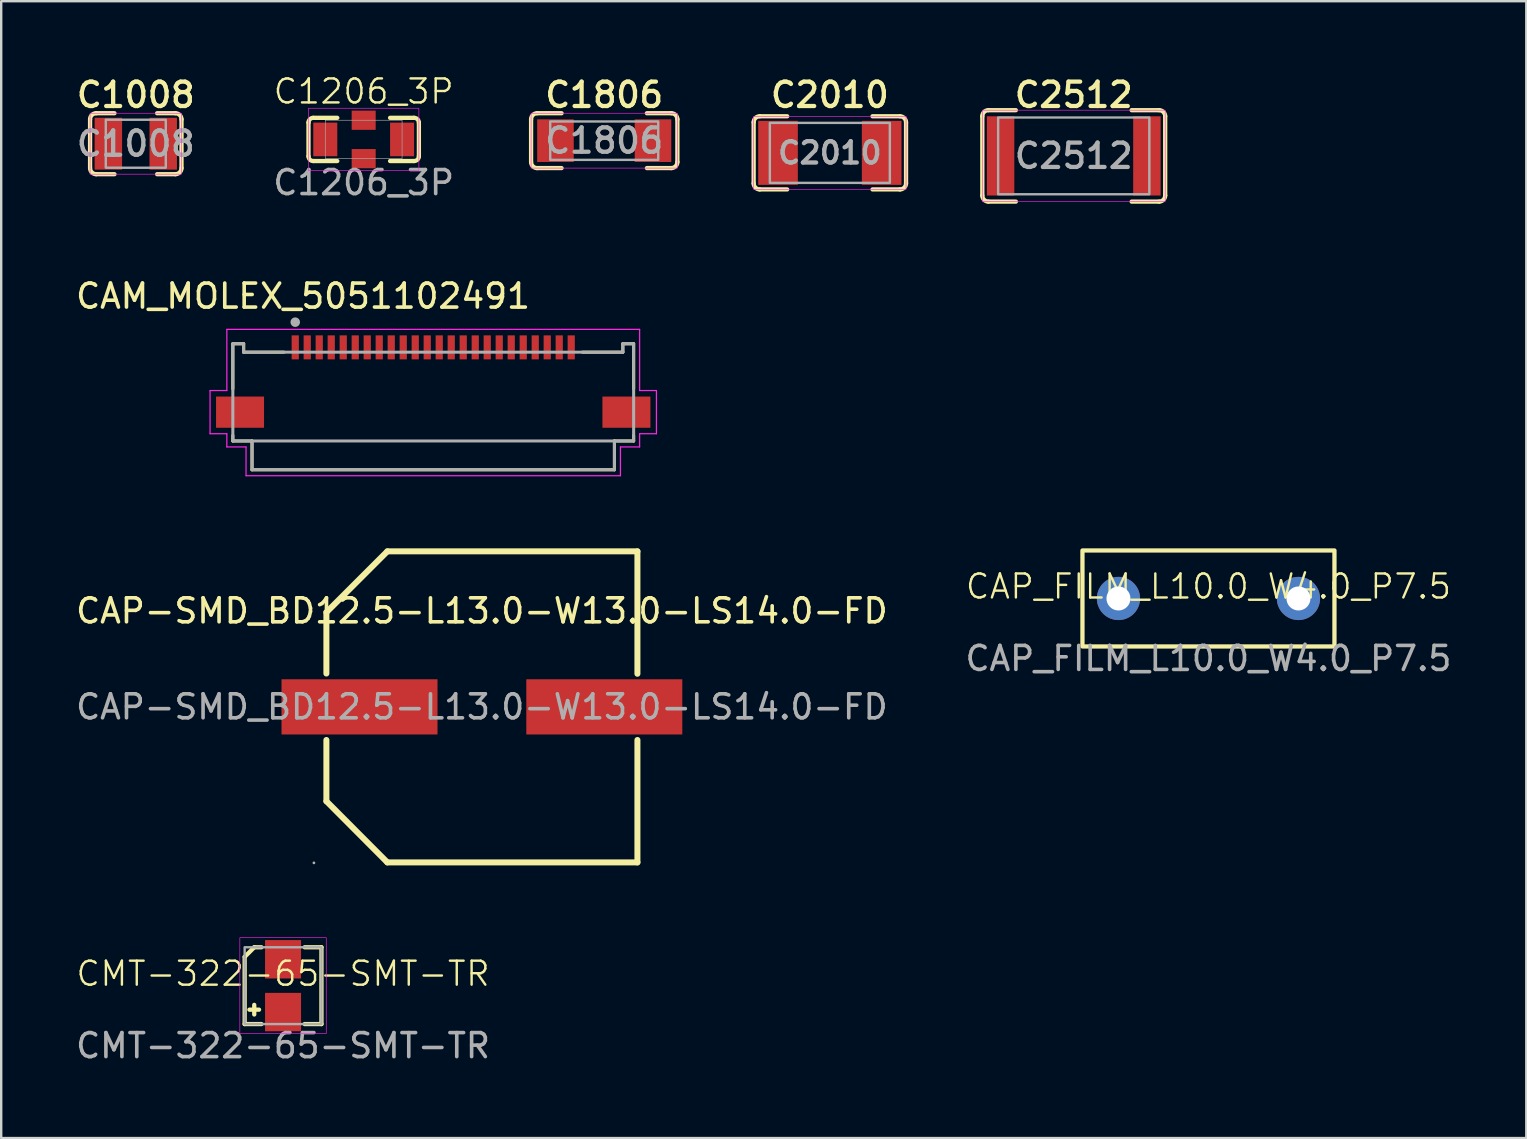
<source format=kicad_pcb>
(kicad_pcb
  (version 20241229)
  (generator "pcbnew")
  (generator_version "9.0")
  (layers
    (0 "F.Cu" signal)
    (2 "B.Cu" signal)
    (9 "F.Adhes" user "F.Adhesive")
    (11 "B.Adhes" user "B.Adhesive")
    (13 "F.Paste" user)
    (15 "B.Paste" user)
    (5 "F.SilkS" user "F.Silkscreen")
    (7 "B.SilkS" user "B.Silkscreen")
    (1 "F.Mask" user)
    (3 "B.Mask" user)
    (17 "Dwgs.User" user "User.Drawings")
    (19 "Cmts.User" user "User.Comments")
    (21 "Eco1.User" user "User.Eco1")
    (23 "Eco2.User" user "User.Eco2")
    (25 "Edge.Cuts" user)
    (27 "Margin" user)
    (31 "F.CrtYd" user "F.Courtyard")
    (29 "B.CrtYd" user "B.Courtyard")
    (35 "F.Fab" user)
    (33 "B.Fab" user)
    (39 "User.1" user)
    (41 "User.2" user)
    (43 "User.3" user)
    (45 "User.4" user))
  (footprint "C2010"
    (layer "F.Cu")
    (at 31.528 3.319)
    (property "Reference" "C2010" (at 0 -2.413 0) (unlocked yes) (layer "F.SilkS") (effects (font (size 1.016 1.016) (thickness 0.178))))
    (attr smd)
    (fp_line (start -3.175 1.27) (end -3.175 -1.27) (stroke (width 0.178) (type solid)) (layer "F.SilkS"))
    (fp_line (start -2.921 -1.524) (end -1.778 -1.524) (stroke (width 0.178) (type solid)) (layer "F.SilkS"))
    (fp_line (start -2.921 1.524) (end -1.778 1.524) (stroke (width 0.178) (type solid)) (layer "F.SilkS"))
    (fp_line (start 1.778 -1.524) (end 2.921 -1.524) (stroke (width 0.178) (type solid)) (layer "F.SilkS"))
    (fp_line (start 1.778 1.524) (end 2.921 1.524) (stroke (width 0.178) (type solid)) (layer "F.SilkS"))
    (fp_line (start 3.175 1.27) (end 3.175 -1.27) (stroke (width 0.178) (type solid)) (layer "F.SilkS"))
    (fp_arc (start -3.175 -1.27) (mid -3.100605 -1.449605) (end -2.921 -1.524) (stroke (width 0.1778) (type solid)) (layer "F.SilkS"))
    (fp_arc (start -2.921 1.524) (mid -3.100605 1.449605) (end -3.175 1.27) (stroke (width 0.1778) (type solid)) (layer "F.SilkS"))
    (fp_arc (start 2.921 -1.524) (mid 3.100605 -1.449605) (end 3.175 -1.27) (stroke (width 0.1778) (type solid)) (layer "F.SilkS"))
    (fp_arc (start 3.175 1.27) (mid 3.100605 1.449605) (end 2.921 1.524) (stroke (width 0.1778) (type solid)) (layer "F.SilkS"))
    (fp_rect (start -3.175 -1.524) (end 3.175 1.524) (stroke (width 0.025) (type solid)) (fill no) (layer "F.CrtYd"))
    (fp_rect (start -2.5 -1.25) (end 2.5 1.25) (stroke (width 0.1) (type solid)) (fill no) (layer "F.Fab"))
    (fp_text user "${REFERENCE}" (at 0 0 0) (unlocked yes) (layer "F.Fab") (effects (font (size 0.889 0.889) (thickness 0.178) (bold yes))))
    (pad "1" smd rect (at -2.159 0) (size 1.651 2.667) (layers "F.Cu" "F.Mask" "F.Paste"))
    (pad "2" smd rect (at 2.159 0) (size 1.651 2.667) (layers "F.Cu" "F.Mask" "F.Paste")))
  (footprint "CAM_MOLEX_5051102491"
    (layer "F.Cu")
    (at 15.002 14.124)
    (property "Reference" "CAM_MOLEX_5051102491" (at -5.425 -4.835 0) (layer "F.SilkS") (effects (font (size 1 1) (thickness 0.15))))
    (attr smd)
    (fp_line (start -8.35 -2.85) (end -8.35 -0.97) (stroke (width 0.127) (type solid)) (layer "F.SilkS"))
    (fp_line (start -8.35 0.97) (end -8.35 1.2) (stroke (width 0.127) (type solid)) (layer "F.SilkS"))
    (fp_line (start -8.35 1.2) (end -7.55 1.2) (stroke (width 0.127) (type solid)) (layer "F.SilkS"))
    (fp_line (start -7.9 -2.85) (end -8.35 -2.85) (stroke (width 0.127) (type solid)) (layer "F.SilkS"))
    (fp_line (start -7.9 -2.5) (end -7.9 -2.85) (stroke (width 0.127) (type solid)) (layer "F.SilkS"))
    (fp_line (start -7.9 -2.5) (end -6.22 -2.5) (stroke (width 0.127) (type solid)) (layer "F.SilkS"))
    (fp_line (start -7.55 1.2) (end -7.55 2.4) (stroke (width 0.127) (type solid)) (layer "F.SilkS"))
    (fp_line (start -7.55 2.4) (end 7.55 2.4) (stroke (width 0.127) (type solid)) (layer "F.SilkS"))
    (fp_line (start 6.22 -2.5) (end 7.9 -2.5) (stroke (width 0.127) (type solid)) (layer "F.SilkS"))
    (fp_line (start 7.55 1.2) (end 8.35 1.2) (stroke (width 0.127) (type solid)) (layer "F.SilkS"))
    (fp_line (start 7.55 2.4) (end 7.55 1.2) (stroke (width 0.127) (type solid)) (layer "F.SilkS"))
    (fp_line (start 7.9 -2.85) (end 7.9 -2.5) (stroke (width 0.127) (type solid)) (layer "F.SilkS"))
    (fp_line (start 8.35 -2.85) (end 7.9 -2.85) (stroke (width 0.127) (type solid)) (layer "F.SilkS"))
    (fp_line (start 8.35 -0.97) (end 8.35 -2.85) (stroke (width 0.127) (type solid)) (layer "F.SilkS"))
    (fp_line (start 8.35 1.2) (end 8.35 0.97) (stroke (width 0.127) (type solid)) (layer "F.SilkS"))
    (fp_line (start -9.3 -0.9) (end -8.6 -0.9) (stroke (width 0.05) (type solid)) (layer "F.CrtYd"))
    (fp_line (start -9.3 0.9) (end -9.3 -0.9) (stroke (width 0.05) (type solid)) (layer "F.CrtYd"))
    (fp_line (start -9.3 0.9) (end -8.6 0.9) (stroke (width 0.05) (type solid)) (layer "F.CrtYd"))
    (fp_line (start -8.6 -3.45) (end 8.6 -3.45) (stroke (width 0.05) (type solid)) (layer "F.CrtYd"))
    (fp_line (start -8.6 -0.9) (end -8.6 -3.45) (stroke (width 0.05) (type solid)) (layer "F.CrtYd"))
    (fp_line (start -8.6 0.9) (end -8.6 1.45) (stroke (width 0.05) (type solid)) (layer "F.CrtYd"))
    (fp_line (start -7.8 1.45) (end -8.6 1.45) (stroke (width 0.05) (type solid)) (layer "F.CrtYd"))
    (fp_line (start -7.8 2.65) (end -7.8 1.45) (stroke (width 0.05) (type solid)) (layer "F.CrtYd"))
    (fp_line (start 7.8 1.45) (end 7.8 2.65) (stroke (width 0.05) (type solid)) (layer "F.CrtYd"))
    (fp_line (start 7.8 2.65) (end -7.8 2.65) (stroke (width 0.05) (type solid)) (layer "F.CrtYd"))
    (fp_line (start 8.6 -3.45) (end 8.6 -0.9) (stroke (width 0.05) (type solid)) (layer "F.CrtYd"))
    (fp_line (start 8.6 -0.9) (end 9.3 -0.9) (stroke (width 0.05) (type solid)) (layer "F.CrtYd"))
    (fp_line (start 8.6 0.9) (end 8.6 1.45) (stroke (width 0.05) (type solid)) (layer "F.CrtYd"))
    (fp_line (start 8.6 1.45) (end 7.8 1.45) (stroke (width 0.05) (type solid)) (layer "F.CrtYd"))
    (fp_line (start 9.3 -0.9) (end 9.3 0.9) (stroke (width 0.05) (type solid)) (layer "F.CrtYd"))
    (fp_line (start 9.3 0.9) (end 8.6 0.9) (stroke (width 0.05) (type solid)) (layer "F.CrtYd"))
    (fp_line (start -8.35 -2.85) (end -8.35 1.2) (stroke (width 0.127) (type solid)) (layer "F.Fab"))
    (fp_line (start -8.35 1.2) (end -7.55 1.2) (stroke (width 0.127) (type solid)) (layer "F.Fab"))
    (fp_line (start -7.9 -2.85) (end -8.35 -2.85) (stroke (width 0.127) (type solid)) (layer "F.Fab"))
    (fp_line (start -7.9 -2.5) (end -7.9 -2.85) (stroke (width 0.127) (type solid)) (layer "F.Fab"))
    (fp_line (start -7.55 1.2) (end -7.55 2.4) (stroke (width 0.127) (type solid)) (layer "F.Fab"))
    (fp_line (start -7.55 1.2) (end 7.55 1.2) (stroke (width 0.127) (type solid)) (layer "F.Fab"))
    (fp_line (start -7.55 2.4) (end 7.55 2.4) (stroke (width 0.127) (type solid)) (layer "F.Fab"))
    (fp_line (start 7.55 1.2) (end 8.35 1.2) (stroke (width 0.127) (type solid)) (layer "F.Fab"))
    (fp_line (start 7.55 2.4) (end 7.55 1.2) (stroke (width 0.127) (type solid)) (layer "F.Fab"))
    (fp_line (start 7.9 -2.85) (end 7.9 -2.5) (stroke (width 0.127) (type solid)) (layer "F.Fab"))
    (fp_line (start 7.9 -2.5) (end -7.9 -2.5) (stroke (width 0.127) (type solid)) (layer "F.Fab"))
    (fp_line (start 8.35 -2.85) (end 7.9 -2.85) (stroke (width 0.127) (type solid)) (layer "F.Fab"))
    (fp_line (start 8.35 1.2) (end 8.35 -2.85) (stroke (width 0.127) (type solid)) (layer "F.Fab"))
    (fp_circle (center -5.75 -3.75) (end -5.65 -3.75) (stroke (width 0.2) (type solid)) (fill no) (layer "F.Fab"))
    (pad "1" smd rect (at 5.75 -2.7) (size 0.3 1) (layers "F.Cu" "F.Mask" "F.Paste"))
    (pad "2" smd rect (at 5.25 -2.7) (size 0.3 1) (layers "F.Cu" "F.Mask" "F.Paste"))
    (pad "3" smd rect (at 4.75 -2.7) (size 0.3 1) (layers "F.Cu" "F.Mask" "F.Paste"))
    (pad "4" smd rect (at 4.25 -2.7) (size 0.3 1) (layers "F.Cu" "F.Mask" "F.Paste"))
    (pad "5" smd rect (at 3.75 -2.7) (size 0.3 1) (layers "F.Cu" "F.Mask" "F.Paste"))
    (pad "6" smd rect (at 3.25 -2.7) (size 0.3 1) (layers "F.Cu" "F.Mask" "F.Paste"))
    (pad "7" smd rect (at 2.75 -2.7) (size 0.3 1) (layers "F.Cu" "F.Mask" "F.Paste"))
    (pad "8" smd rect (at 2.25 -2.7) (size 0.3 1) (layers "F.Cu" "F.Mask" "F.Paste"))
    (pad "9" smd rect (at 1.75 -2.7) (size 0.3 1) (layers "F.Cu" "F.Mask" "F.Paste"))
    (pad "10" smd rect (at 1.25 -2.7) (size 0.3 1) (layers "F.Cu" "F.Mask" "F.Paste"))
    (pad "11" smd rect (at 0.75 -2.7) (size 0.3 1) (layers "F.Cu" "F.Mask" "F.Paste"))
    (pad "12" smd rect (at 0.25 -2.7) (size 0.3 1) (layers "F.Cu" "F.Mask" "F.Paste"))
    (pad "13" smd rect (at -0.25 -2.7) (size 0.3 1) (layers "F.Cu" "F.Mask" "F.Paste"))
    (pad "14" smd rect (at -0.75 -2.7) (size 0.3 1) (layers "F.Cu" "F.Mask" "F.Paste"))
    (pad "15" smd rect (at -1.25 -2.7) (size 0.3 1) (layers "F.Cu" "F.Mask" "F.Paste"))
    (pad "16" smd rect (at -1.75 -2.7) (size 0.3 1) (layers "F.Cu" "F.Mask" "F.Paste"))
    (pad "17" smd rect (at -2.25 -2.7) (size 0.3 1) (layers "F.Cu" "F.Mask" "F.Paste"))
    (pad "18" smd rect (at -2.75 -2.7) (size 0.3 1) (layers "F.Cu" "F.Mask" "F.Paste"))
    (pad "19" smd rect (at -3.25 -2.7) (size 0.3 1) (layers "F.Cu" "F.Mask" "F.Paste"))
    (pad "20" smd rect (at -3.75 -2.7) (size 0.3 1) (layers "F.Cu" "F.Mask" "F.Paste"))
    (pad "21" smd rect (at -4.25 -2.7) (size 0.3 1) (layers "F.Cu" "F.Mask" "F.Paste"))
    (pad "22" smd rect (at -4.75 -2.7) (size 0.3 1) (layers "F.Cu" "F.Mask" "F.Paste"))
    (pad "23" smd rect (at -5.25 -2.7) (size 0.3 1) (layers "F.Cu" "F.Mask" "F.Paste"))
    (pad "24" smd rect (at -5.75 -2.7) (size 0.3 1) (layers "F.Cu" "F.Mask" "F.Paste"))
    (pad "SH" smd rect (at -8.05 0) (size 2 1.3) (layers "F.Cu" "F.Mask" "F.Paste"))
    (pad "SH" smd rect (at 8.05 0) (size 2 1.3) (layers "F.Cu" "F.Mask" "F.Paste")))
  (footprint "C1806"
    (layer "F.Cu")
    (at 22.127 2.811)
    (property "Reference" "C1806" (at 0 -1.905 0) (unlocked yes) (layer "F.SilkS") (effects (font (size 1.016 1.016) (thickness 0.178))))
    (attr smd)
    (fp_line (start -3.048 0.889) (end -3.048 -0.889) (stroke (width 0.178) (type solid)) (layer "F.SilkS"))
    (fp_line (start -2.794 -1.143) (end -1.778 -1.143) (stroke (width 0.178) (type solid)) (layer "F.SilkS"))
    (fp_line (start -2.794 1.143) (end -1.778 1.143) (stroke (width 0.178) (type solid)) (layer "F.SilkS"))
    (fp_line (start 1.778 -1.143) (end 2.794 -1.143) (stroke (width 0.178) (type solid)) (layer "F.SilkS"))
    (fp_line (start 1.778 1.143) (end 2.794 1.143) (stroke (width 0.178) (type solid)) (layer "F.SilkS"))
    (fp_line (start 3.048 0.889) (end 3.048 -0.889) (stroke (width 0.178) (type solid)) (layer "F.SilkS"))
    (fp_arc (start -3.047999 -0.889001) (mid -2.973603 -1.068606) (end -2.793997 -1.142999) (stroke (width 0.1778) (type solid)) (layer "F.SilkS"))
    (fp_arc (start -2.793999 1.142997) (mid -2.973603 1.068603) (end -3.047997 0.888999) (stroke (width 0.1778) (type solid)) (layer "F.SilkS"))
    (fp_arc (start 2.794002 -1.142998) (mid 2.973606 -1.068604) (end 3.048 -0.889) (stroke (width 0.1778) (type solid)) (layer "F.SilkS"))
    (fp_arc (start 3.047997 0.888999) (mid 2.973603 1.068603) (end 2.793999 1.142997) (stroke (width 0.1778) (type solid)) (layer "F.SilkS"))
    (fp_rect (start -3.048 -1.143) (end 3.048 1.143) (stroke (width 0.025) (type solid)) (fill no) (layer "F.CrtYd"))
    (fp_rect (start -2.25 -0.8) (end 2.25 0.8) (stroke (width 0.1) (type solid)) (fill no) (layer "F.Fab"))
    (fp_text user "${REFERENCE}" (at 0 0 0) (unlocked yes) (layer "F.Fab") (effects (font (size 1.016 1.016) (thickness 0.178))))
    (pad "1" smd rect (at -2.032 0) (size 1.524 1.778) (layers "F.Cu" "F.Mask" "F.Paste"))
    (pad "2" smd rect (at 2.032 0) (size 1.524 1.778) (layers "F.Cu" "F.Mask" "F.Paste")))
  (footprint "CAP_FILM_L10.0_W4.0_P7.5"
    (layer "F.Cu")
    (at 47.304 21.887)
    (property "Reference" "CAP_FILM_L10.0_W4.0_P7.5" (at 0 -0.5 0) (unlocked yes) (layer "F.SilkS") (effects (font (size 1 1) (thickness 0.1))))
    (attr through_hole)
    (fp_rect (start -5.25 -2) (end 5.25 2) (stroke (width 0.178) (type solid)) (fill no) (layer "F.SilkS"))
    (fp_text user "${REFERENCE}" (at 0 2.5 0) (unlocked yes) (layer "F.Fab") (effects (font (size 1 1) (thickness 0.15))))
    (pad "1" thru_hole circle (at -3.75 0) (size 1.8 1.8) (drill 1) (layers "*.Cu" "*.Mask"))
    (pad "2" thru_hole circle (at 3.75 0) (size 1.8 1.8) (drill 1) (layers "*.Cu" "*.Mask")))
  (footprint "CAP-SMD_BD12.5-L13.0-W13.0-LS14.0-FD"
    (layer "F.Cu")
    (at 17.03 26.404)
    (property "Reference" "CAP-SMD_BD12.5-L13.0-W13.0-LS14.0-FD" (at 0 -4 0) (layer "F.SilkS") (effects (font (size 1 1) (thickness 0.15))))
    (attr smd)
    (fp_line (start -6.48 -3.94) (end -6.48 -1.39) (stroke (width 0.25) (type solid)) (layer "F.SilkS"))
    (fp_line (start -6.48 1.38) (end -6.48 3.93) (stroke (width 0.25) (type solid)) (layer "F.SilkS"))
    (fp_line (start -6.48 3.93) (end -3.94 6.48) (stroke (width 0.25) (type solid)) (layer "F.SilkS"))
    (fp_line (start -3.94 -6.48) (end -6.48 -3.94) (stroke (width 0.25) (type solid)) (layer "F.SilkS"))
    (fp_line (start -3.94 6.48) (end 6.48 6.48) (stroke (width 0.25) (type solid)) (layer "F.SilkS"))
    (fp_line (start 6.48 -6.48) (end -3.94 -6.48) (stroke (width 0.25) (type solid)) (layer "F.SilkS"))
    (fp_line (start 6.48 -1.38) (end 6.48 -6.48) (stroke (width 0.25) (type solid)) (layer "F.SilkS"))
    (fp_line (start 6.48 6.48) (end 6.48 1.38) (stroke (width 0.25) (type solid)) (layer "F.SilkS"))
    (fp_circle (center -7 6.5) (end -6.97 6.5) (stroke (width 0.06) (type solid)) (fill no) (layer "F.Fab"))
    (fp_text user "${REFERENCE}" (at 0 0 0) (layer "F.Fab") (effects (font (size 1 1) (thickness 0.15))))
    (pad "N" smd rect (at 5.1 0) (size 6.5 2.3) (layers "F.Cu" "F.Mask" "F.Paste"))
    (pad "P" smd rect (at -5.1 0) (size 6.5 2.3) (layers "F.Cu" "F.Mask" "F.Paste")))
  (footprint "C1008"
    (layer "F.Cu")
    (at 2.608 2.938)
    (property "Reference" "C1008" (at 0 -2.032 0) (unlocked yes) (layer "F.SilkS") (effects (font (size 1.016 1.016) (thickness 0.178))))
    (attr smd)
    (fp_line (start -1.905 -1.016) (end -1.905 1.016) (stroke (width 0.178) (type solid)) (layer "F.SilkS"))
    (fp_line (start -1.651 -1.27) (end -0.889 -1.27) (stroke (width 0.178) (type solid)) (layer "F.SilkS"))
    (fp_line (start -1.651 1.27) (end -0.889 1.27) (stroke (width 0.178) (type solid)) (layer "F.SilkS"))
    (fp_line (start 0.889 1.27) (end 1.651 1.27) (stroke (width 0.178) (type solid)) (layer "F.SilkS"))
    (fp_line (start 0.889 -1.27) (end 1.651 -1.27) (stroke (width 0.178) (type solid)) (layer "F.SilkS"))
    (fp_line (start 1.905 -1.016) (end 1.905 1.016) (stroke (width 0.178) (type solid)) (layer "F.SilkS"))
    (fp_arc (start -1.904999 -1.016001) (mid -1.830603 -1.195606) (end -1.650997 -1.269999) (stroke (width 0.1778) (type solid)) (layer "F.SilkS"))
    (fp_arc (start -1.650998 1.269999) (mid -1.830603 1.195603) (end -1.904996 1.015997) (stroke (width 0.1778) (type solid)) (layer "F.SilkS"))
    (fp_arc (start 1.651001 -1.269999) (mid 1.830606 -1.195603) (end 1.904999 -1.015997) (stroke (width 0.1778) (type solid)) (layer "F.SilkS"))
    (fp_arc (start 1.904999 1.016001) (mid 1.830603 1.195606) (end 1.650997 1.269999) (stroke (width 0.1778) (type solid)) (layer "F.SilkS"))
    (fp_rect (start -1.905 -1.27) (end 1.905 1.27) (stroke (width 0.025) (type solid)) (fill no) (layer "F.CrtYd"))
    (fp_rect (start -1.25 -1) (end 1.25 1) (stroke (width 0.1) (type solid)) (fill no) (layer "F.Fab"))
    (fp_text user "${REFERENCE}" (at 0 0 0) (unlocked yes) (layer "F.Fab") (effects (font (size 1.016 1.016) (thickness 0.178))))
    (pad "1" smd rect (at -1.143 0) (size 1.143 2.159) (layers "F.Cu" "F.Mask" "F.Paste"))
    (pad "2" smd rect (at 1.143 0) (size 1.143 2.159) (layers "F.Cu" "F.Mask" "F.Paste")))
  (footprint "CMT-322-65-SMT-TR"
    (layer "F.Cu")
    (at 8.744 38.021)
    (property "Reference" "CMT-322-65-SMT-TR" (at 0 -0.5 0) (unlocked yes) (layer "F.SilkS") (effects (font (size 1 1) (thickness 0.1))))
    (attr smd)
    (fp_line (start -1.6 -1.2) (end -1.6 1.6) (stroke (width 0.178) (type default)) (layer "F.SilkS"))
    (fp_line (start -1.6 1.6) (end -0.9 1.6) (stroke (width 0.178) (type default)) (layer "F.SilkS"))
    (fp_line (start -1.4 1) (end -1 1) (stroke (width 0.178) (type default)) (layer "F.SilkS"))
    (fp_line (start -1.2 -1.6) (end -1.6 -1.2) (stroke (width 0.178) (type default)) (layer "F.SilkS"))
    (fp_line (start -1.2 1.2) (end -1.2 0.8) (stroke (width 0.178) (type default)) (layer "F.SilkS"))
    (fp_line (start -0.9 -1.6) (end -1.2 -1.6) (stroke (width 0.178) (type default)) (layer "F.SilkS"))
    (fp_line (start 0.9 1.6) (end 1.6 1.6) (stroke (width 0.178) (type default)) (layer "F.SilkS"))
    (fp_line (start 1.6 -1.6) (end 0.9 -1.6) (stroke (width 0.178) (type default)) (layer "F.SilkS"))
    (fp_line (start 1.6 1.6) (end 1.6 -1.6) (stroke (width 0.178) (type default)) (layer "F.SilkS"))
    (fp_rect (start -1.8 -2) (end 1.8 2) (stroke (width 0.025) (type default)) (fill no) (layer "F.CrtYd"))
    (fp_rect (start -1.6 -1.6) (end 1.6 1.6) (stroke (width 0.1) (type default)) (fill no) (layer "F.Fab"))
    (fp_text user "${REFERENCE}" (at 0 2.5 0) (unlocked yes) (layer "F.Fab") (effects (font (size 1 1) (thickness 0.15))))
    (pad "N" smd rect (at 0 -1.1) (size 1.5 1.6) (layers "F.Cu" "F.Mask" "F.Paste"))
    (pad "P" smd rect (at 0 1.1) (size 1.5 1.6) (layers "F.Cu" "F.Mask" "F.Paste")))
  (footprint "C2512"
    (layer "F.Cu")
    (at 41.691 3.446)
    (property "Reference" "C2512" (at 0 -2.54 0) (unlocked yes) (layer "F.SilkS") (effects (font (size 1.016 1.016) (thickness 0.178))))
    (attr smd)
    (fp_line (start -3.81 1.651) (end -3.81 -1.651) (stroke (width 0.178) (type solid)) (layer "F.SilkS"))
    (fp_line (start -3.556 -1.905) (end -2.413 -1.905) (stroke (width 0.178) (type solid)) (layer "F.SilkS"))
    (fp_line (start -3.556 1.905) (end -2.413 1.905) (stroke (width 0.178) (type solid)) (layer "F.SilkS"))
    (fp_line (start 2.413 -1.905) (end 3.556 -1.905) (stroke (width 0.178) (type solid)) (layer "F.SilkS"))
    (fp_line (start 2.413 1.905) (end 3.556 1.905) (stroke (width 0.178) (type solid)) (layer "F.SilkS"))
    (fp_line (start 3.81 1.651) (end 3.81 -1.651) (stroke (width 0.178) (type solid)) (layer "F.SilkS"))
    (fp_arc (start -3.809999 -1.651001) (mid -3.735603 -1.830606) (end -3.555997 -1.904999) (stroke (width 0.1778) (type solid)) (layer "F.SilkS"))
    (fp_arc (start -3.555999 1.904997) (mid -3.735603 1.830603) (end -3.809997 1.650999) (stroke (width 0.1778) (type solid)) (layer "F.SilkS"))
    (fp_arc (start 3.555999 -1.904997) (mid 3.735603 -1.830603) (end 3.809997 -1.650999) (stroke (width 0.1778) (type solid)) (layer "F.SilkS"))
    (fp_arc (start 3.809997 1.650999) (mid 3.735603 1.830603) (end 3.555999 1.904997) (stroke (width 0.1778) (type solid)) (layer "F.SilkS"))
    (fp_rect (start -3.81 1.905) (end 3.81 -1.905) (stroke (width 0.025) (type solid)) (fill no) (layer "F.CrtYd"))
    (fp_rect (start -3.15 -1.6) (end 3.15 1.6) (stroke (width 0.1) (type solid)) (fill no) (layer "F.Fab"))
    (fp_text user "${REFERENCE}" (at 0 0 0) (unlocked yes) (layer "F.Fab") (effects (font (size 1.016 1.016) (thickness 0.178))))
    (pad "1" smd rect (at -3.048 0) (size 1.143 3.302) (layers "F.Cu" "F.Mask" "F.Paste"))
    (pad "2" smd rect (at 3.048 0) (size 1.143 3.302) (layers "F.Cu" "F.Mask" "F.Paste")))
  (footprint "C1206_3P"
    (layer "F.Cu")
    (at 12.104 2.76)
    (property "Reference" "C1206_3P" (at 0 -2 0) (unlocked yes) (layer "F.SilkS") (effects (font (size 1 1) (thickness 0.1))))
    (attr smd)
    (fp_line (start -2.3 -0.7) (end -2.3 0.7) (stroke (width 0.178) (type solid)) (layer "F.SilkS"))
    (fp_line (start -1.1 -0.9) (end -2.1 -0.9) (stroke (width 0.178) (type solid)) (layer "F.SilkS"))
    (fp_line (start -1.1 0.9) (end -2.1 0.9) (stroke (width 0.178) (type solid)) (layer "F.SilkS"))
    (fp_line (start 2.1 -0.9) (end 1.1 -0.9) (stroke (width 0.178) (type solid)) (layer "F.SilkS"))
    (fp_line (start 2.1 0.9) (end 1.1 0.9) (stroke (width 0.178) (type solid)) (layer "F.SilkS"))
    (fp_line (start 2.3 -0.7) (end 2.3 0.7) (stroke (width 0.178) (type solid)) (layer "F.SilkS"))
    (fp_arc (start -2.300001 -0.700001) (mid -2.241422 -0.841422) (end -2.100001 -0.900001) (stroke (width 0.1778) (type solid)) (layer "F.SilkS"))
    (fp_arc (start -2.100001 0.900001) (mid -2.241422 0.841422) (end -2.300001 0.700001) (stroke (width 0.1778) (type solid)) (layer "F.SilkS"))
    (fp_arc (start 2.100001 -0.900001) (mid 2.241422 -0.841422) (end 2.300001 -0.700001) (stroke (width 0.1778) (type solid)) (layer "F.SilkS"))
    (fp_arc (start 2.300001 0.700001) (mid 2.241422 0.841422) (end 2.100001 0.900001) (stroke (width 0.1778) (type solid)) (layer "F.SilkS"))
    (fp_rect (start -2.3 -1.3) (end 2.3 1.3) (stroke (width 0.025) (type default)) (fill no) (layer "F.CrtYd"))
    (fp_rect (start -1.6 0.8) (end 1.6 -0.8) (stroke (width 0.025) (type default)) (fill no) (layer "F.Fab"))
    (fp_text user "${REFERENCE}" (at 0 1.8 0) (unlocked yes) (layer "F.Fab") (effects (font (size 1 1) (thickness 0.15))))
    (pad "1" smd rect (at -1.6 0) (size 1 1.4) (layers "F.Cu" "F.Mask" "F.Paste"))
    (pad "2" smd rect (at 0 -0.8) (size 1 0.8) (layers "F.Cu" "F.Mask" "F.Paste"))
    (pad "2" smd rect (at 0 0.8) (size 1 0.8) (layers "F.Cu" "F.Mask" "F.Paste"))
    (pad "3" smd rect (at 1.6 0) (size 1 1.4) (layers "F.Cu" "F.Mask" "F.Paste")))
  (gr_rect
    (start -3 -3)
    (end 60.548 44.37)
    (stroke (width 0.1) (type default))
    (fill no)
    (layer "Edge.Cuts")))
</source>
